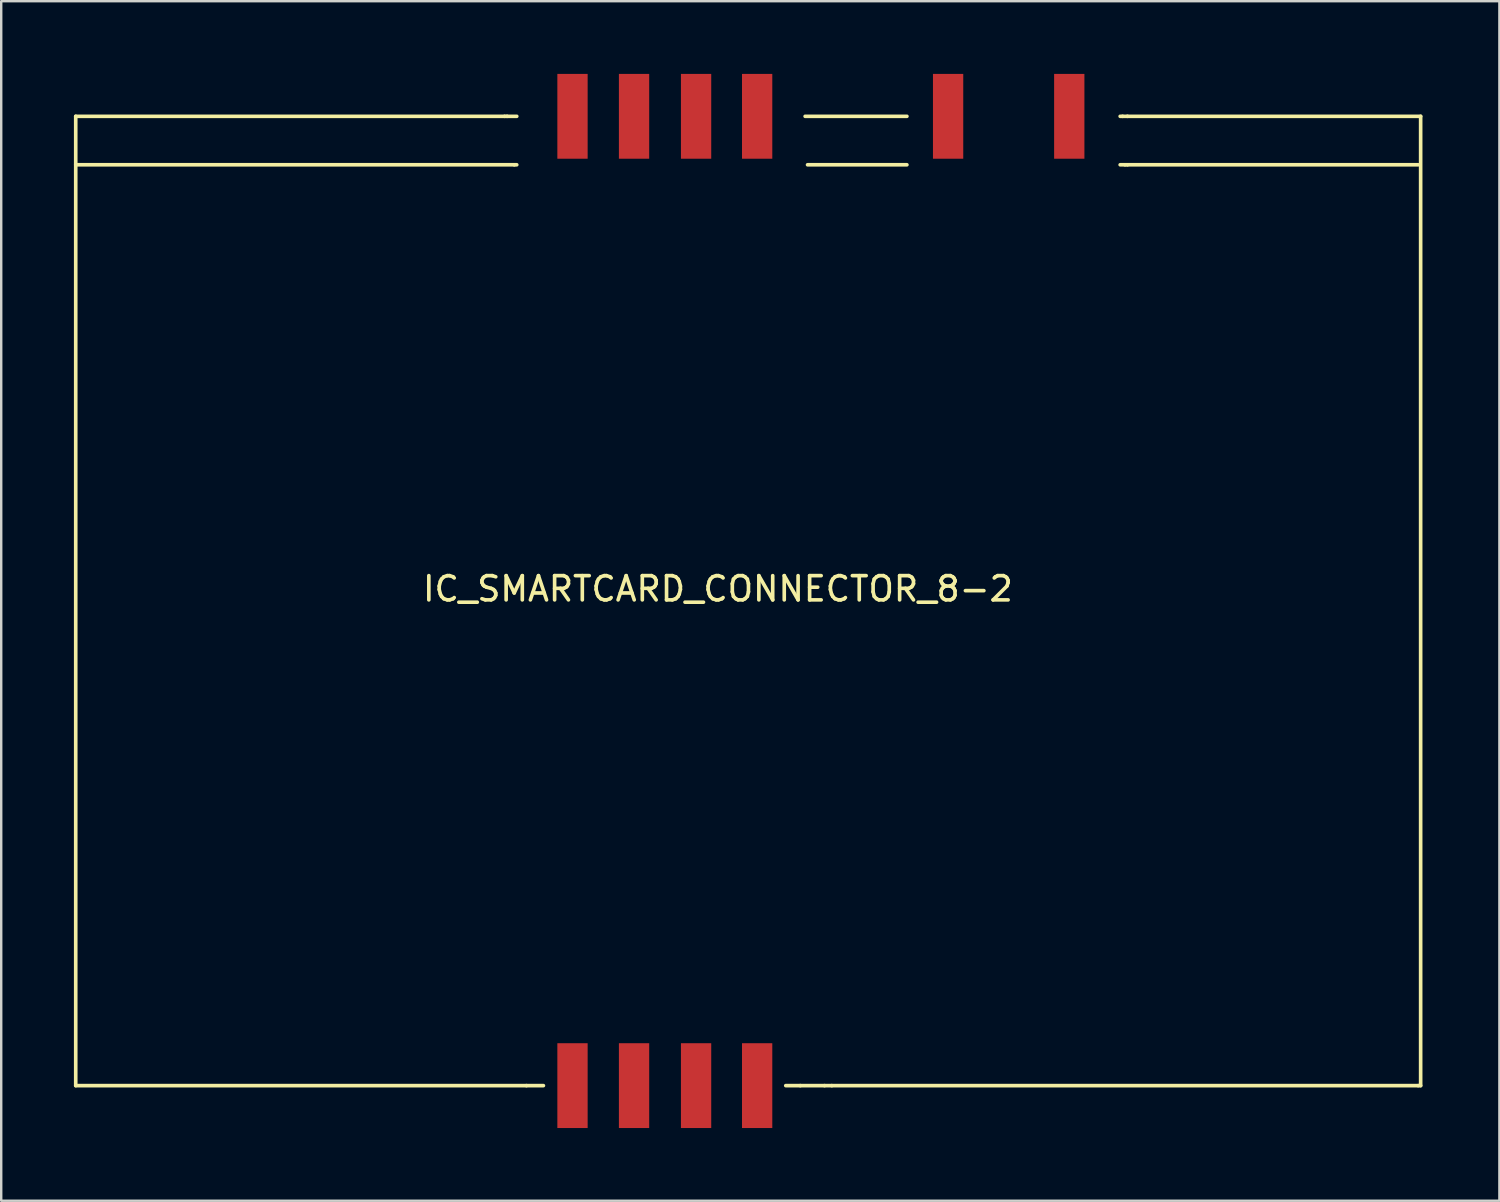
<source format=kicad_pcb>
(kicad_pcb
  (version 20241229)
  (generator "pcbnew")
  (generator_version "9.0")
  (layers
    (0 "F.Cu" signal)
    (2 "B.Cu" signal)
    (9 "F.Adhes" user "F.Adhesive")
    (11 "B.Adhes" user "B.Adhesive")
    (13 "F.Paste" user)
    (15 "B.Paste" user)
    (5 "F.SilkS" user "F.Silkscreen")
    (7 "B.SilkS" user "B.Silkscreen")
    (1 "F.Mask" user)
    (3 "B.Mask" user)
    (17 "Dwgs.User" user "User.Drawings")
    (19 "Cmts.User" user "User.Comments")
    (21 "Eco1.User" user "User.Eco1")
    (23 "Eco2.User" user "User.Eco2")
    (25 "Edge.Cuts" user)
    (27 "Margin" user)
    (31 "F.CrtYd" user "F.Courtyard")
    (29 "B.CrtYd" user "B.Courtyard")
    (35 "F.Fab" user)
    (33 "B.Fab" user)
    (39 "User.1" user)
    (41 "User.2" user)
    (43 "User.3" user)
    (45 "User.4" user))
  (footprint "IC_SMARTCARD_CONNECTOR_8-2"
    (layer "F.Cu")
    (at 55.575 1.75)
    (property "Reference" "IC_SMARTCARD_CONNECTOR_8-2" (at -29 19.5 0) (layer "F.SilkS") (effects (font (size 1 1) (thickness 0.15))))
    (attr through_hole)
    (fp_line (start -55.5 0) (end -37.8 0) (stroke (width 0.15) (type solid)) (layer "F.SilkS"))
    (fp_line (start -55.5 40) (end -55.5 0) (stroke (width 0.15) (type solid)) (layer "F.SilkS"))
    (fp_line (start -37.8 0) (end -37.7 0) (stroke (width 0.15) (type solid)) (layer "F.SilkS"))
    (fp_line (start -37.4 2) (end -55.5 2) (stroke (width 0.15) (type solid)) (layer "F.SilkS"))
    (fp_line (start -37.3 0) (end -37.7 0) (stroke (width 0.15) (type solid)) (layer "F.SilkS"))
    (fp_line (start -37.3 2) (end -37.4 2) (stroke (width 0.15) (type solid)) (layer "F.SilkS"))
    (fp_line (start -36.9 40) (end -55.5 40) (stroke (width 0.15) (type solid)) (layer "F.SilkS"))
    (fp_line (start -36.2 40) (end -36.9 40) (stroke (width 0.15) (type solid)) (layer "F.SilkS"))
    (fp_line (start -26.2 40) (end -25.6 40) (stroke (width 0.15) (type solid)) (layer "F.SilkS"))
    (fp_line (start -25.6 40) (end -24.6 40) (stroke (width 0.15) (type solid)) (layer "F.SilkS"))
    (fp_line (start -25.4 0) (end -21.2 0) (stroke (width 0.15) (type solid)) (layer "F.SilkS"))
    (fp_line (start -25.3 2) (end -21.2 2) (stroke (width 0.15) (type solid)) (layer "F.SilkS"))
    (fp_line (start -24.3 40) (end -24.6 40) (stroke (width 0.15) (type solid)) (layer "F.SilkS"))
    (fp_line (start -24.3 40) (end -0.1 40) (stroke (width 0.15) (type solid)) (layer "F.SilkS"))
    (fp_line (start -12.4 0) (end -12.3 0) (stroke (width 0.15) (type solid)) (layer "F.SilkS"))
    (fp_line (start -12.4 2) (end -12.2 2) (stroke (width 0.15) (type solid)) (layer "F.SilkS"))
    (fp_line (start -12.3 0) (end -12.1 0) (stroke (width 0.15) (type solid)) (layer "F.SilkS"))
    (fp_line (start -12.2 2) (end -12.1 2) (stroke (width 0.15) (type solid)) (layer "F.SilkS"))
    (fp_line (start -12.1 0) (end 0 0) (stroke (width 0.15) (type solid)) (layer "F.SilkS"))
    (fp_line (start -12.1 2) (end -0.1 2) (stroke (width 0.15) (type solid)) (layer "F.SilkS"))
    (fp_line (start -0.1 40) (end 0 40) (stroke (width 0.15) (type solid)) (layer "F.SilkS"))
    (fp_line (start 0 0) (end 0 40) (stroke (width 0.15) (type solid)) (layer "F.SilkS"))
    (pad "1" smd rect (at -35 0) (size 1.25 3.5) (layers "F.Cu" "F.Mask" "F.Paste"))
    (pad "2" smd rect (at -32.46 0) (size 1.25 3.5) (layers "F.Cu" "F.Mask" "F.Paste"))
    (pad "3" smd rect (at -29.9 0) (size 1.25 3.5) (layers "F.Cu" "F.Mask" "F.Paste"))
    (pad "4" smd rect (at -27.38 0) (size 1.25 3.5) (layers "F.Cu" "F.Mask" "F.Paste"))
    (pad "5" smd rect (at -35 40) (size 1.25 3.5) (layers "F.Cu" "F.Mask" "F.Paste"))
    (pad "6" smd rect (at -32.46 40) (size 1.25 3.5) (layers "F.Cu" "F.Mask" "F.Paste"))
    (pad "7" smd rect (at -29.9 40) (size 1.25 3.5) (layers "F.Cu" "F.Mask" "F.Paste"))
    (pad "8" smd rect (at -27.38 40) (size 1.25 3.5) (layers "F.Cu" "F.Mask" "F.Paste"))
    (pad "9" smd rect (at -19.5 0) (size 1.25 3.5) (layers "F.Cu" "F.Mask" "F.Paste"))
    (pad "10" smd rect (at -14.5 0) (size 1.25 3.5) (layers "F.Cu" "F.Mask" "F.Paste")))
  (gr_rect
    (start -3 -3)
    (end 58.825 46.5)
    (stroke (width 0.1) (type default))
    (fill no)
    (layer "Edge.Cuts")))
</source>
